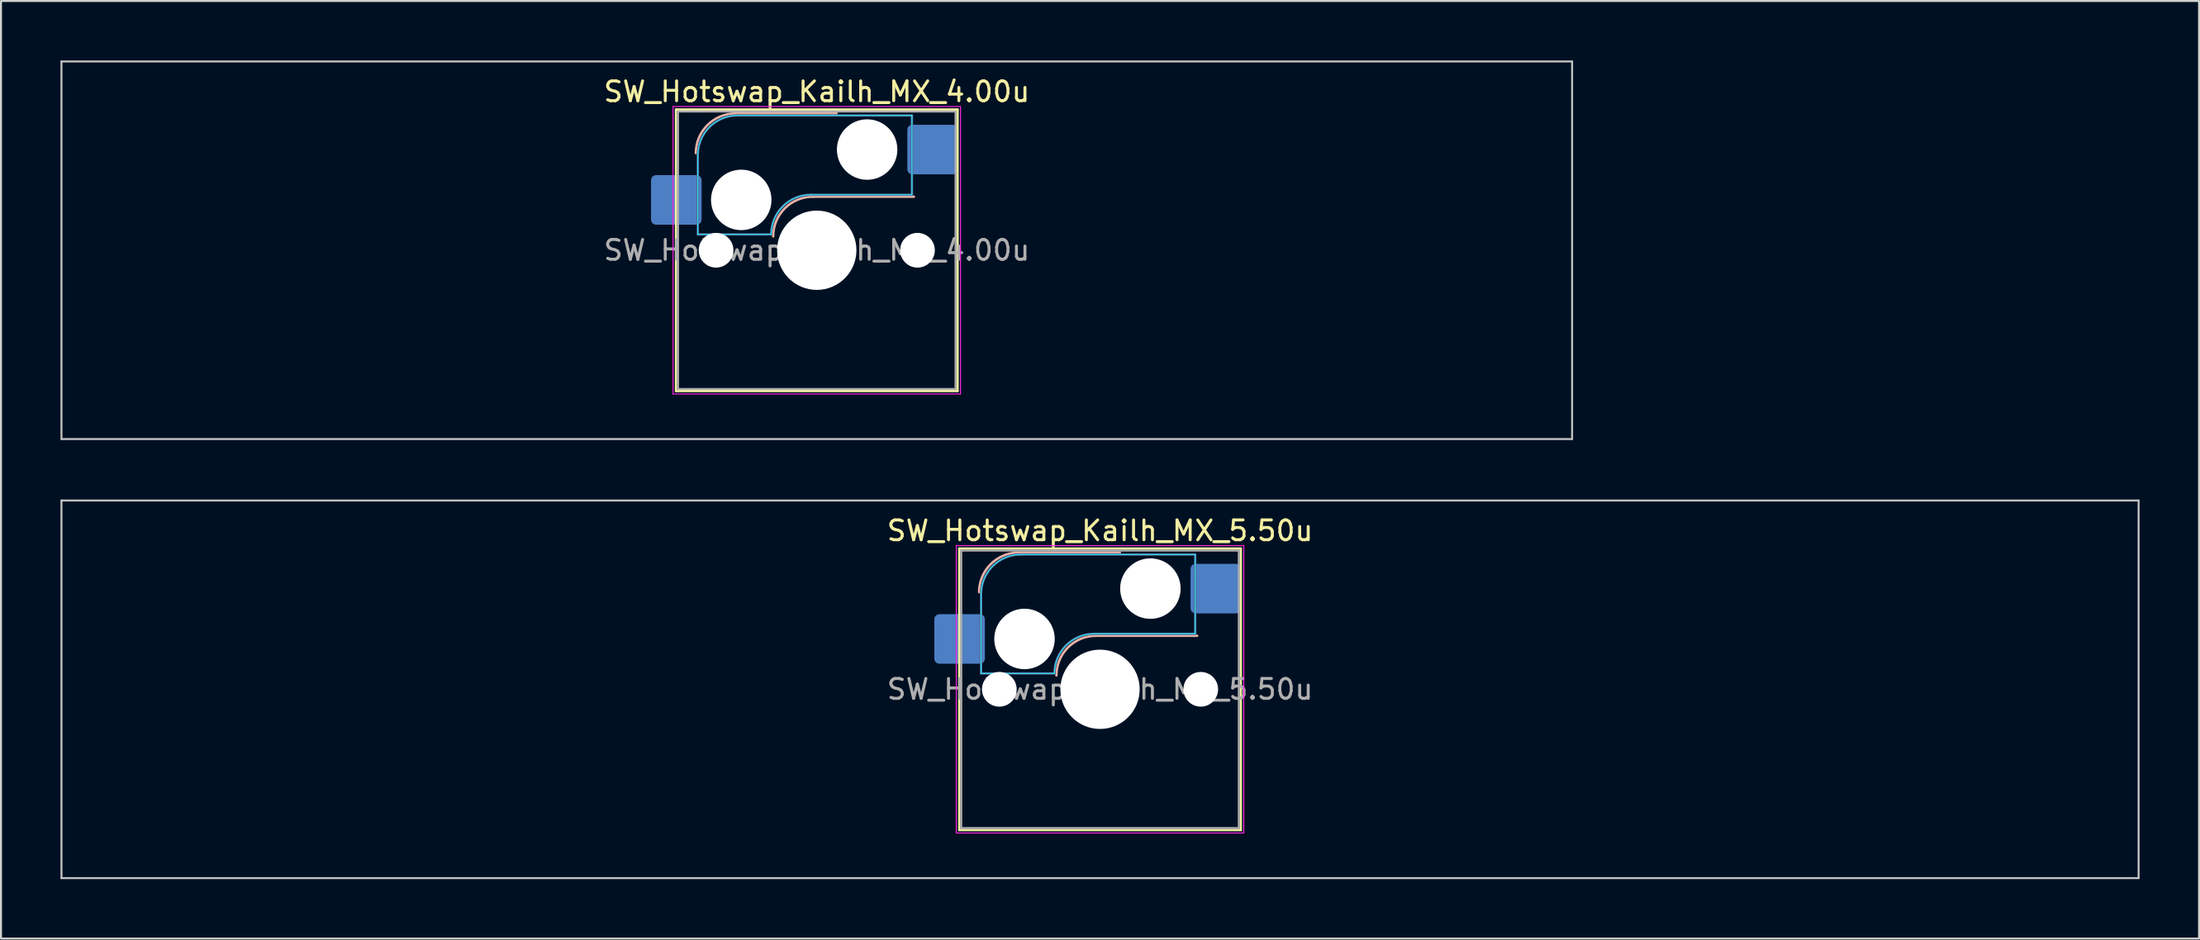
<source format=kicad_pcb>
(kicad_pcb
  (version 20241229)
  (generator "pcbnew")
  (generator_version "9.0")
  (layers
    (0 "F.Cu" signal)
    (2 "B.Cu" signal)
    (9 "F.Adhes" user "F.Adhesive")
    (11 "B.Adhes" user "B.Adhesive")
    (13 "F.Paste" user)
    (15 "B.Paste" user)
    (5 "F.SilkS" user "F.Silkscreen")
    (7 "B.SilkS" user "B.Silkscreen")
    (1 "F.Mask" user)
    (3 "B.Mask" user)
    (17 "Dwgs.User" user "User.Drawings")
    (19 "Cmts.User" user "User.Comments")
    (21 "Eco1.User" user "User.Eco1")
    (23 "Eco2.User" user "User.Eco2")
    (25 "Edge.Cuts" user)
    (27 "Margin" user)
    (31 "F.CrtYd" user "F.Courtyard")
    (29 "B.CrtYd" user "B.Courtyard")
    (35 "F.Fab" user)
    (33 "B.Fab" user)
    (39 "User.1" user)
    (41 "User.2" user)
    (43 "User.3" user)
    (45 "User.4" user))
  (footprint "SW_Hotswap_Kailh_MX_5.50u"
    (layer "F.Cu")
    (at 52.438 31.725)
    (property "Reference" "SW_Hotswap_Kailh_MX_5.50u" (at 0 -8 0) (layer "F.SilkS") (effects (font (size 1 1) (thickness 0.15))))
    (attr smd)
    (fp_line (start -7.1 -7.1) (end -7.1 7.1) (stroke (width 0.12) (type solid)) (layer "F.SilkS"))
    (fp_line (start -7.1 7.1) (end 7.1 7.1) (stroke (width 0.12) (type solid)) (layer "F.SilkS"))
    (fp_line (start 7.1 -7.1) (end -7.1 -7.1) (stroke (width 0.12) (type solid)) (layer "F.SilkS"))
    (fp_line (start 7.1 7.1) (end 7.1 -7.1) (stroke (width 0.12) (type solid)) (layer "F.SilkS"))
    (fp_line (start -4.1 -6.9) (end 1 -6.9) (stroke (width 0.12) (type solid)) (layer "B.SilkS"))
    (fp_line (start -0.2 -2.7) (end 4.9 -2.7) (stroke (width 0.12) (type solid)) (layer "B.SilkS"))
    (fp_arc (start -6.1 -4.9) (mid -5.514214 -6.314214) (end -4.1 -6.9) (stroke (width 0.12) (type solid)) (layer "B.SilkS"))
    (fp_arc (start -2.2 -0.7) (mid -1.614214 -2.114214) (end -0.2 -2.7) (stroke (width 0.12) (type solid)) (layer "B.SilkS"))
    (fp_line (start -52.388 -9.525) (end -52.388 9.525) (stroke (width 0.1) (type solid)) (layer "Dwgs.User"))
    (fp_line (start -52.388 9.525) (end 52.388 9.525) (stroke (width 0.1) (type solid)) (layer "Dwgs.User"))
    (fp_line (start 52.388 -9.525) (end -52.388 -9.525) (stroke (width 0.1) (type solid)) (layer "Dwgs.User"))
    (fp_line (start 52.388 9.525) (end 52.388 -9.525) (stroke (width 0.1) (type solid)) (layer "Dwgs.User"))
    (fp_line (start -7.8 -6) (end -7 -6) (stroke (width 0.1) (type solid)) (layer "Eco1.User"))
    (fp_line (start -7.8 -2.9) (end -7.8 -6) (stroke (width 0.1) (type solid)) (layer "Eco1.User"))
    (fp_line (start -7.8 2.9) (end -7 2.9) (stroke (width 0.1) (type solid)) (layer "Eco1.User"))
    (fp_line (start -7.8 6) (end -7.8 2.9) (stroke (width 0.1) (type solid)) (layer "Eco1.User"))
    (fp_line (start -7 -7) (end 7 -7) (stroke (width 0.1) (type solid)) (layer "Eco1.User"))
    (fp_line (start -7 -6) (end -7 -7) (stroke (width 0.1) (type solid)) (layer "Eco1.User"))
    (fp_line (start -7 -2.9) (end -7.8 -2.9) (stroke (width 0.1) (type solid)) (layer "Eco1.User"))
    (fp_line (start -7 2.9) (end -7 -2.9) (stroke (width 0.1) (type solid)) (layer "Eco1.User"))
    (fp_line (start -7 6) (end -7.8 6) (stroke (width 0.1) (type solid)) (layer "Eco1.User"))
    (fp_line (start -7 7) (end -7 6) (stroke (width 0.1) (type solid)) (layer "Eco1.User"))
    (fp_line (start 7 -7) (end 7 -6) (stroke (width 0.1) (type solid)) (layer "Eco1.User"))
    (fp_line (start 7 -6) (end 7.8 -6) (stroke (width 0.1) (type solid)) (layer "Eco1.User"))
    (fp_line (start 7 -2.9) (end 7 2.9) (stroke (width 0.1) (type solid)) (layer "Eco1.User"))
    (fp_line (start 7 2.9) (end 7.8 2.9) (stroke (width 0.1) (type solid)) (layer "Eco1.User"))
    (fp_line (start 7 6) (end 7 7) (stroke (width 0.1) (type solid)) (layer "Eco1.User"))
    (fp_line (start 7 7) (end -7 7) (stroke (width 0.1) (type solid)) (layer "Eco1.User"))
    (fp_line (start 7.8 -6) (end 7.8 -2.9) (stroke (width 0.1) (type solid)) (layer "Eco1.User"))
    (fp_line (start 7.8 -2.9) (end 7 -2.9) (stroke (width 0.1) (type solid)) (layer "Eco1.User"))
    (fp_line (start 7.8 2.9) (end 7.8 6) (stroke (width 0.1) (type solid)) (layer "Eco1.User"))
    (fp_line (start 7.8 6) (end 7 6) (stroke (width 0.1) (type solid)) (layer "Eco1.User"))
    (fp_line (start -6 -0.8) (end -6 -4.8) (stroke (width 0.05) (type solid)) (layer "B.CrtYd"))
    (fp_line (start -6 -0.8) (end -2.3 -0.8) (stroke (width 0.05) (type solid)) (layer "B.CrtYd"))
    (fp_line (start -4 -6.8) (end 4.8 -6.8) (stroke (width 0.05) (type solid)) (layer "B.CrtYd"))
    (fp_line (start -0.3 -2.8) (end 4.8 -2.8) (stroke (width 0.05) (type solid)) (layer "B.CrtYd"))
    (fp_line (start 4.8 -6.8) (end 4.8 -2.8) (stroke (width 0.05) (type solid)) (layer "B.CrtYd"))
    (fp_arc (start -6 -4.8) (mid -5.414214 -6.214214) (end -4 -6.8) (stroke (width 0.05) (type solid)) (layer "B.CrtYd"))
    (fp_arc (start -2.3 -0.8) (mid -1.714214 -2.214214) (end -0.3 -2.8) (stroke (width 0.05) (type solid)) (layer "B.CrtYd"))
    (fp_line (start -7.25 -7.25) (end -7.25 7.25) (stroke (width 0.05) (type solid)) (layer "F.CrtYd"))
    (fp_line (start -7.25 7.25) (end 7.25 7.25) (stroke (width 0.05) (type solid)) (layer "F.CrtYd"))
    (fp_line (start 7.25 -7.25) (end -7.25 -7.25) (stroke (width 0.05) (type solid)) (layer "F.CrtYd"))
    (fp_line (start 7.25 7.25) (end 7.25 -7.25) (stroke (width 0.05) (type solid)) (layer "F.CrtYd"))
    (fp_line (start -6 -0.8) (end -6 -4.8) (stroke (width 0.12) (type solid)) (layer "B.Fab"))
    (fp_line (start -6 -0.8) (end -2.3 -0.8) (stroke (width 0.12) (type solid)) (layer "B.Fab"))
    (fp_line (start -4 -6.8) (end 4.8 -6.8) (stroke (width 0.12) (type solid)) (layer "B.Fab"))
    (fp_line (start -0.3 -2.8) (end 4.8 -2.8) (stroke (width 0.12) (type solid)) (layer "B.Fab"))
    (fp_line (start 4.8 -6.8) (end 4.8 -2.8) (stroke (width 0.12) (type solid)) (layer "B.Fab"))
    (fp_arc (start -6 -4.8) (mid -5.414214 -6.214214) (end -4 -6.8) (stroke (width 0.12) (type solid)) (layer "B.Fab"))
    (fp_arc (start -2.3 -0.8) (mid -1.714214 -2.214214) (end -0.3 -2.8) (stroke (width 0.12) (type solid)) (layer "B.Fab"))
    (fp_line (start -7 -7) (end -7 7) (stroke (width 0.1) (type solid)) (layer "F.Fab"))
    (fp_line (start -7 7) (end 7 7) (stroke (width 0.1) (type solid)) (layer "F.Fab"))
    (fp_line (start 7 -7) (end -7 -7) (stroke (width 0.1) (type solid)) (layer "F.Fab"))
    (fp_line (start 7 7) (end 7 -7) (stroke (width 0.1) (type solid)) (layer "F.Fab"))
    (fp_text user "${REFERENCE}" (at 0 0 0) (layer "F.Fab") (effects (font (size 1 1) (thickness 0.15))))
    (pad "" np_thru_hole circle (at -5.08 0) (size 1.75 1.75) (drill 1.75) (layers "*.Cu" "*.Mask"))
    (pad "" np_thru_hole circle (at -3.81 -2.54) (size 3.05 3.05) (drill 3.05) (layers "*.Cu" "*.Mask"))
    (pad "" np_thru_hole circle (at 0 0) (size 4 4) (drill 4) (layers "*.Cu" "*.Mask"))
    (pad "" np_thru_hole circle (at 2.54 -5.08) (size 3.05 3.05) (drill 3.05) (layers "*.Cu" "*.Mask"))
    (pad "" np_thru_hole circle (at 5.08 0) (size 1.75 1.75) (drill 1.75) (layers "*.Cu" "*.Mask"))
    (pad "1" smd roundrect (at -7.085 -2.54) (size 2.55 2.5) (layers "B.Cu" "B.Mask" "B.Paste") (roundrect_rratio 0.1))
    (pad "2" smd roundrect (at 5.842 -5.08) (size 2.55 2.5) (layers "B.Cu" "B.Mask" "B.Paste") (roundrect_rratio 0.1)))
  (footprint "SW_Hotswap_Kailh_MX_4.00u"
    (layer "F.Cu")
    (at 38.15 9.575)
    (property "Reference" "SW_Hotswap_Kailh_MX_4.00u" (at 0 -8 0) (layer "F.SilkS") (effects (font (size 1 1) (thickness 0.15))))
    (attr smd)
    (fp_line (start -7.1 -7.1) (end -7.1 7.1) (stroke (width 0.12) (type solid)) (layer "F.SilkS"))
    (fp_line (start -7.1 7.1) (end 7.1 7.1) (stroke (width 0.12) (type solid)) (layer "F.SilkS"))
    (fp_line (start 7.1 -7.1) (end -7.1 -7.1) (stroke (width 0.12) (type solid)) (layer "F.SilkS"))
    (fp_line (start 7.1 7.1) (end 7.1 -7.1) (stroke (width 0.12) (type solid)) (layer "F.SilkS"))
    (fp_line (start -4.1 -6.9) (end 1 -6.9) (stroke (width 0.12) (type solid)) (layer "B.SilkS"))
    (fp_line (start -0.2 -2.7) (end 4.9 -2.7) (stroke (width 0.12) (type solid)) (layer "B.SilkS"))
    (fp_arc (start -6.1 -4.9) (mid -5.514214 -6.314214) (end -4.1 -6.9) (stroke (width 0.12) (type solid)) (layer "B.SilkS"))
    (fp_arc (start -2.2 -0.7) (mid -1.614214 -2.114214) (end -0.2 -2.7) (stroke (width 0.12) (type solid)) (layer "B.SilkS"))
    (fp_line (start -38.1 -9.525) (end -38.1 9.525) (stroke (width 0.1) (type solid)) (layer "Dwgs.User"))
    (fp_line (start -38.1 9.525) (end 38.1 9.525) (stroke (width 0.1) (type solid)) (layer "Dwgs.User"))
    (fp_line (start 38.1 -9.525) (end -38.1 -9.525) (stroke (width 0.1) (type solid)) (layer "Dwgs.User"))
    (fp_line (start 38.1 9.525) (end 38.1 -9.525) (stroke (width 0.1) (type solid)) (layer "Dwgs.User"))
    (fp_line (start -7.8 -6) (end -7 -6) (stroke (width 0.1) (type solid)) (layer "Eco1.User"))
    (fp_line (start -7.8 -2.9) (end -7.8 -6) (stroke (width 0.1) (type solid)) (layer "Eco1.User"))
    (fp_line (start -7.8 2.9) (end -7 2.9) (stroke (width 0.1) (type solid)) (layer "Eco1.User"))
    (fp_line (start -7.8 6) (end -7.8 2.9) (stroke (width 0.1) (type solid)) (layer "Eco1.User"))
    (fp_line (start -7 -7) (end 7 -7) (stroke (width 0.1) (type solid)) (layer "Eco1.User"))
    (fp_line (start -7 -6) (end -7 -7) (stroke (width 0.1) (type solid)) (layer "Eco1.User"))
    (fp_line (start -7 -2.9) (end -7.8 -2.9) (stroke (width 0.1) (type solid)) (layer "Eco1.User"))
    (fp_line (start -7 2.9) (end -7 -2.9) (stroke (width 0.1) (type solid)) (layer "Eco1.User"))
    (fp_line (start -7 6) (end -7.8 6) (stroke (width 0.1) (type solid)) (layer "Eco1.User"))
    (fp_line (start -7 7) (end -7 6) (stroke (width 0.1) (type solid)) (layer "Eco1.User"))
    (fp_line (start 7 -7) (end 7 -6) (stroke (width 0.1) (type solid)) (layer "Eco1.User"))
    (fp_line (start 7 -6) (end 7.8 -6) (stroke (width 0.1) (type solid)) (layer "Eco1.User"))
    (fp_line (start 7 -2.9) (end 7 2.9) (stroke (width 0.1) (type solid)) (layer "Eco1.User"))
    (fp_line (start 7 2.9) (end 7.8 2.9) (stroke (width 0.1) (type solid)) (layer "Eco1.User"))
    (fp_line (start 7 6) (end 7 7) (stroke (width 0.1) (type solid)) (layer "Eco1.User"))
    (fp_line (start 7 7) (end -7 7) (stroke (width 0.1) (type solid)) (layer "Eco1.User"))
    (fp_line (start 7.8 -6) (end 7.8 -2.9) (stroke (width 0.1) (type solid)) (layer "Eco1.User"))
    (fp_line (start 7.8 -2.9) (end 7 -2.9) (stroke (width 0.1) (type solid)) (layer "Eco1.User"))
    (fp_line (start 7.8 2.9) (end 7.8 6) (stroke (width 0.1) (type solid)) (layer "Eco1.User"))
    (fp_line (start 7.8 6) (end 7 6) (stroke (width 0.1) (type solid)) (layer "Eco1.User"))
    (fp_line (start -6 -0.8) (end -6 -4.8) (stroke (width 0.05) (type solid)) (layer "B.CrtYd"))
    (fp_line (start -6 -0.8) (end -2.3 -0.8) (stroke (width 0.05) (type solid)) (layer "B.CrtYd"))
    (fp_line (start -4 -6.8) (end 4.8 -6.8) (stroke (width 0.05) (type solid)) (layer "B.CrtYd"))
    (fp_line (start -0.3 -2.8) (end 4.8 -2.8) (stroke (width 0.05) (type solid)) (layer "B.CrtYd"))
    (fp_line (start 4.8 -6.8) (end 4.8 -2.8) (stroke (width 0.05) (type solid)) (layer "B.CrtYd"))
    (fp_arc (start -6 -4.8) (mid -5.414214 -6.214214) (end -4 -6.8) (stroke (width 0.05) (type solid)) (layer "B.CrtYd"))
    (fp_arc (start -2.3 -0.8) (mid -1.714214 -2.214214) (end -0.3 -2.8) (stroke (width 0.05) (type solid)) (layer "B.CrtYd"))
    (fp_line (start -7.25 -7.25) (end -7.25 7.25) (stroke (width 0.05) (type solid)) (layer "F.CrtYd"))
    (fp_line (start -7.25 7.25) (end 7.25 7.25) (stroke (width 0.05) (type solid)) (layer "F.CrtYd"))
    (fp_line (start 7.25 -7.25) (end -7.25 -7.25) (stroke (width 0.05) (type solid)) (layer "F.CrtYd"))
    (fp_line (start 7.25 7.25) (end 7.25 -7.25) (stroke (width 0.05) (type solid)) (layer "F.CrtYd"))
    (fp_line (start -6 -0.8) (end -6 -4.8) (stroke (width 0.12) (type solid)) (layer "B.Fab"))
    (fp_line (start -6 -0.8) (end -2.3 -0.8) (stroke (width 0.12) (type solid)) (layer "B.Fab"))
    (fp_line (start -4 -6.8) (end 4.8 -6.8) (stroke (width 0.12) (type solid)) (layer "B.Fab"))
    (fp_line (start -0.3 -2.8) (end 4.8 -2.8) (stroke (width 0.12) (type solid)) (layer "B.Fab"))
    (fp_line (start 4.8 -6.8) (end 4.8 -2.8) (stroke (width 0.12) (type solid)) (layer "B.Fab"))
    (fp_arc (start -6 -4.8) (mid -5.414214 -6.214214) (end -4 -6.8) (stroke (width 0.12) (type solid)) (layer "B.Fab"))
    (fp_arc (start -2.3 -0.8) (mid -1.714214 -2.214214) (end -0.3 -2.8) (stroke (width 0.12) (type solid)) (layer "B.Fab"))
    (fp_line (start -7 -7) (end -7 7) (stroke (width 0.1) (type solid)) (layer "F.Fab"))
    (fp_line (start -7 7) (end 7 7) (stroke (width 0.1) (type solid)) (layer "F.Fab"))
    (fp_line (start 7 -7) (end -7 -7) (stroke (width 0.1) (type solid)) (layer "F.Fab"))
    (fp_line (start 7 7) (end 7 -7) (stroke (width 0.1) (type solid)) (layer "F.Fab"))
    (fp_text user "${REFERENCE}" (at 0 0 0) (layer "F.Fab") (effects (font (size 1 1) (thickness 0.15))))
    (pad "" np_thru_hole circle (at -5.08 0) (size 1.75 1.75) (drill 1.75) (layers "*.Cu" "*.Mask"))
    (pad "" np_thru_hole circle (at -3.81 -2.54) (size 3.05 3.05) (drill 3.05) (layers "*.Cu" "*.Mask"))
    (pad "" np_thru_hole circle (at 0 0) (size 4 4) (drill 4) (layers "*.Cu" "*.Mask"))
    (pad "" np_thru_hole circle (at 2.54 -5.08) (size 3.05 3.05) (drill 3.05) (layers "*.Cu" "*.Mask"))
    (pad "" np_thru_hole circle (at 5.08 0) (size 1.75 1.75) (drill 1.75) (layers "*.Cu" "*.Mask"))
    (pad "1" smd roundrect (at -7.085 -2.54) (size 2.55 2.5) (layers "B.Cu" "B.Mask" "B.Paste") (roundrect_rratio 0.1))
    (pad "2" smd roundrect (at 5.842 -5.08) (size 2.55 2.5) (layers "B.Cu" "B.Mask" "B.Paste") (roundrect_rratio 0.1)))
  (gr_rect
    (start -3 -3)
    (end 107.875 44.3)
    (stroke (width 0.1) (type default))
    (fill no)
    (layer "Edge.Cuts")))
</source>
